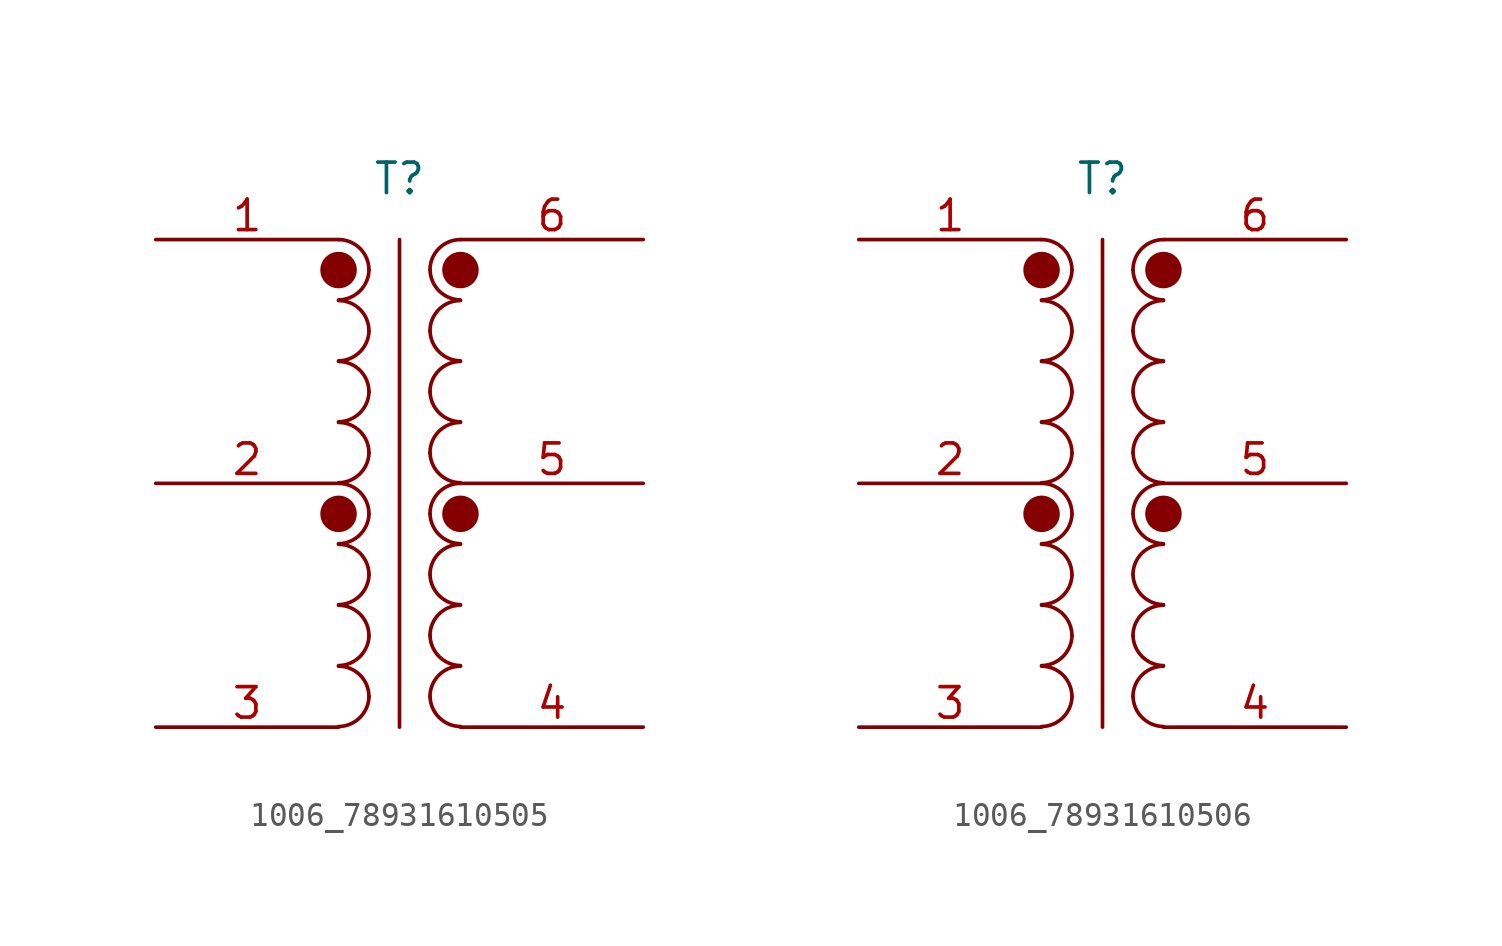
<source format=kicad_sym>
(kicad_symbol_lib
  (version 20220914)
  (generator kicad_symbol_editor)
  (symbol "1006_78931610505"
    (pin_names hide)
    (property "Reference" "T"
      (at 0 12.7 0)
      (effects (font (size 1.27 1.27))))
    (property "Critical Parameter" ""
      (at 0 -5.08 0)
      (effects (font (size 1.27 1.27)) (justify left)))
    (symbol "1006_78931610505_0_1"
      (arc (start -2.54 -10.1346) (mid -1.6561 -9.7663) (end -1.27 -8.89) (stroke (width 0) (type default)) (fill (type none)))
      (arc (start -2.54 -7.5946) (mid -1.6561 -7.2263) (end -1.27 -6.35) (stroke (width 0) (type default)) (fill (type none)))
      (arc (start -2.54 -5.0546) (mid -1.6561 -4.6863) (end -1.27 -3.81) (stroke (width 0) (type default)) (fill (type none)))
      (arc (start -2.54 -2.5146) (mid -1.6561 -2.1463) (end -1.27 -1.27) (stroke (width 0) (type default)) (fill (type none)))
      (arc (start -2.54 0.0254) (mid -1.6561 0.3937) (end -1.27 1.27) (stroke (width 0) (type default)) (fill (type none)))
      (arc (start -2.54 2.5654) (mid -1.6561 2.9337) (end -1.27 3.81) (stroke (width 0) (type default)) (fill (type none)))
      (arc (start -2.54 5.1054) (mid -1.6561 5.4737) (end -1.27 6.35) (stroke (width 0) (type default)) (fill (type none)))
      (arc (start -2.54 7.6454) (mid -1.6561 8.0137) (end -1.27 8.89) (stroke (width 0) (type default)) (fill (type none)))
      (arc (start -1.27 -8.89) (mid -1.642 -7.992) (end -2.54 -7.62) (stroke (width 0) (type default)) (fill (type none)))
      (arc (start -1.27 -6.35) (mid -1.642 -5.452) (end -2.54 -5.08) (stroke (width 0) (type default)) (fill (type none)))
      (arc (start -1.27 -3.81) (mid -1.642 -2.912) (end -2.54 -2.54) (stroke (width 0) (type default)) (fill (type none)))
      (arc (start -1.27 -1.27) (mid -1.642 -0.372) (end -2.54 0) (stroke (width 0) (type default)) (fill (type none)))
      (arc (start -1.27 1.27) (mid -1.642 2.168) (end -2.54 2.54) (stroke (width 0) (type default)) (fill (type none)))
      (arc (start -1.27 3.81) (mid -1.642 4.708) (end -2.54 5.08) (stroke (width 0) (type default)) (fill (type none)))
      (arc (start -1.27 6.35) (mid -1.642 7.248) (end -2.54 7.62) (stroke (width 0) (type default)) (fill (type none)))
      (arc (start -1.27 8.89) (mid -1.642 9.788) (end -2.54 10.16) (stroke (width 0) (type default)) (fill (type none)))
      (polyline (pts (xy 0 -10.16) (xy 0 10.16)) (stroke (width 0) (type default)) (fill (type none)))
      (arc (start 1.27 -8.89) (mid 1.6561 -9.7663) (end 2.54 -10.1346) (stroke (width 0) (type default)) (fill (type none)))
      (arc (start 1.27 -6.35) (mid 1.6561 -7.2263) (end 2.54 -7.5946) (stroke (width 0) (type default)) (fill (type none)))
      (arc (start 1.27 -3.81) (mid 1.6561 -4.6863) (end 2.54 -5.0546) (stroke (width 0) (type default)) (fill (type none)))
      (arc (start 1.27 -1.27) (mid 1.6561 -2.1463) (end 2.54 -2.5146) (stroke (width 0) (type default)) (fill (type none)))
      (arc (start 1.27 1.27) (mid 1.6561 0.3937) (end 2.54 0.0254) (stroke (width 0) (type default)) (fill (type none)))
      (arc (start 1.27 3.81) (mid 1.6561 2.9337) (end 2.54 2.5654) (stroke (width 0) (type default)) (fill (type none)))
      (arc (start 1.27 6.35) (mid 1.6561 5.4737) (end 2.54 5.1054) (stroke (width 0) (type default)) (fill (type none)))
      (arc (start 1.27 8.89) (mid 1.6561 8.0137) (end 2.54 7.6454) (stroke (width 0) (type default)) (fill (type none)))
      (arc (start 2.54 -7.62) (mid 1.642 -7.992) (end 1.27 -8.89) (stroke (width 0) (type default)) (fill (type none)))
      (arc (start 2.54 -5.08) (mid 1.642 -5.452) (end 1.27 -6.35) (stroke (width 0) (type default)) (fill (type none)))
      (arc (start 2.54 -2.54) (mid 1.642 -2.912) (end 1.27 -3.81) (stroke (width 0) (type default)) (fill (type none)))
      (arc (start 2.54 0) (mid 1.642 -0.372) (end 1.27 -1.27) (stroke (width 0) (type default)) (fill (type none)))
      (arc (start 2.54 2.54) (mid 1.642 2.168) (end 1.27 1.27) (stroke (width 0) (type default)) (fill (type none)))
      (arc (start 2.54 5.08) (mid 1.642 4.708) (end 1.27 3.81) (stroke (width 0) (type default)) (fill (type none)))
      (arc (start 2.54 7.62) (mid 1.642 7.248) (end 1.27 6.35) (stroke (width 0) (type default)) (fill (type none)))
      (arc (start 2.54 10.16) (mid 1.642 9.788) (end 1.27 8.89) (stroke (width 0) (type default)) (fill (type none))))
    (symbol "1006_78931610505_1_1"
      (circle (center -2.54 -1.27) (radius 0.0001) (stroke (width 0.762) (type default)) (fill (type none)))
      (circle (center -2.54 8.89) (radius 0.0001) (stroke (width 0.762) (type default)) (fill (type none)))
      (circle (center 2.54 -1.27) (radius 0.0001) (stroke (width 0.762) (type default)) (fill (type none)))
      (circle (center 2.54 8.89) (radius 0.0001) (stroke (width 0.762) (type default)) (fill (type none)))
      (pin passive line (at -10.16 10.16 0) (length 7.62) (name "1" (effects (font (size 1.27 1.27)))) (number "1" (effects (font (size 1.27 1.27)))))
      (pin passive line (at -10.16 0 0) (length 7.62) (name "2" (effects (font (size 1.27 1.27)))) (number "2" (effects (font (size 1.27 1.27)))))
      (pin passive line (at -10.16 -10.16 0) (length 7.62) (name "3" (effects (font (size 1.27 1.27)))) (number "3" (effects (font (size 1.27 1.27)))))
      (pin passive line (at 10.16 -10.16 180) (length 7.62) (name "4" (effects (font (size 1.27 1.27)))) (number "4" (effects (font (size 1.27 1.27)))))
      (pin passive line (at 10.16 0 180) (length 7.62) (name "5" (effects (font (size 1.27 1.27)))) (number "5" (effects (font (size 1.27 1.27)))))
      (pin passive line (at 10.16 10.16 180) (length 7.62) (name "6" (effects (font (size 1.27 1.27)))) (number "6" (effects (font (size 1.27 1.27)))))))
  (symbol "1006_78931610506"
    (pin_names hide)
    (property "Reference" "T"
      (at 0 12.7 0)
      (effects (font (size 1.27 1.27))))
    (property "Critical Parameter" ""
      (at 0 -5.08 0)
      (effects (font (size 1.27 1.27)) (justify left)))
    (symbol "1006_78931610506_0_1"
      (arc (start -2.54 -10.1346) (mid -1.6561 -9.7663) (end -1.27 -8.89) (stroke (width 0) (type default)) (fill (type none)))
      (arc (start -2.54 -7.5946) (mid -1.6561 -7.2263) (end -1.27 -6.35) (stroke (width 0) (type default)) (fill (type none)))
      (arc (start -2.54 -5.0546) (mid -1.6561 -4.6863) (end -1.27 -3.81) (stroke (width 0) (type default)) (fill (type none)))
      (arc (start -2.54 -2.5146) (mid -1.6561 -2.1463) (end -1.27 -1.27) (stroke (width 0) (type default)) (fill (type none)))
      (arc (start -2.54 0.0254) (mid -1.6561 0.3937) (end -1.27 1.27) (stroke (width 0) (type default)) (fill (type none)))
      (arc (start -2.54 2.5654) (mid -1.6561 2.9337) (end -1.27 3.81) (stroke (width 0) (type default)) (fill (type none)))
      (arc (start -2.54 5.1054) (mid -1.6561 5.4737) (end -1.27 6.35) (stroke (width 0) (type default)) (fill (type none)))
      (arc (start -2.54 7.6454) (mid -1.6561 8.0137) (end -1.27 8.89) (stroke (width 0) (type default)) (fill (type none)))
      (arc (start -1.27 -8.89) (mid -1.642 -7.992) (end -2.54 -7.62) (stroke (width 0) (type default)) (fill (type none)))
      (arc (start -1.27 -6.35) (mid -1.642 -5.452) (end -2.54 -5.08) (stroke (width 0) (type default)) (fill (type none)))
      (arc (start -1.27 -3.81) (mid -1.642 -2.912) (end -2.54 -2.54) (stroke (width 0) (type default)) (fill (type none)))
      (arc (start -1.27 -1.27) (mid -1.642 -0.372) (end -2.54 0) (stroke (width 0) (type default)) (fill (type none)))
      (arc (start -1.27 1.27) (mid -1.642 2.168) (end -2.54 2.54) (stroke (width 0) (type default)) (fill (type none)))
      (arc (start -1.27 3.81) (mid -1.642 4.708) (end -2.54 5.08) (stroke (width 0) (type default)) (fill (type none)))
      (arc (start -1.27 6.35) (mid -1.642 7.248) (end -2.54 7.62) (stroke (width 0) (type default)) (fill (type none)))
      (arc (start -1.27 8.89) (mid -1.642 9.788) (end -2.54 10.16) (stroke (width 0) (type default)) (fill (type none)))
      (polyline (pts (xy 0 -10.16) (xy 0 10.16)) (stroke (width 0) (type default)) (fill (type none)))
      (arc (start 1.27 -8.89) (mid 1.6561 -9.7663) (end 2.54 -10.1346) (stroke (width 0) (type default)) (fill (type none)))
      (arc (start 1.27 -6.35) (mid 1.6561 -7.2263) (end 2.54 -7.5946) (stroke (width 0) (type default)) (fill (type none)))
      (arc (start 1.27 -3.81) (mid 1.6561 -4.6863) (end 2.54 -5.0546) (stroke (width 0) (type default)) (fill (type none)))
      (arc (start 1.27 -1.27) (mid 1.6561 -2.1463) (end 2.54 -2.5146) (stroke (width 0) (type default)) (fill (type none)))
      (arc (start 1.27 1.27) (mid 1.6561 0.3937) (end 2.54 0.0254) (stroke (width 0) (type default)) (fill (type none)))
      (arc (start 1.27 3.81) (mid 1.6561 2.9337) (end 2.54 2.5654) (stroke (width 0) (type default)) (fill (type none)))
      (arc (start 1.27 6.35) (mid 1.6561 5.4737) (end 2.54 5.1054) (stroke (width 0) (type default)) (fill (type none)))
      (arc (start 1.27 8.89) (mid 1.6561 8.0137) (end 2.54 7.6454) (stroke (width 0) (type default)) (fill (type none)))
      (arc (start 2.54 -7.62) (mid 1.642 -7.992) (end 1.27 -8.89) (stroke (width 0) (type default)) (fill (type none)))
      (arc (start 2.54 -5.08) (mid 1.642 -5.452) (end 1.27 -6.35) (stroke (width 0) (type default)) (fill (type none)))
      (arc (start 2.54 -2.54) (mid 1.642 -2.912) (end 1.27 -3.81) (stroke (width 0) (type default)) (fill (type none)))
      (arc (start 2.54 0) (mid 1.642 -0.372) (end 1.27 -1.27) (stroke (width 0) (type default)) (fill (type none)))
      (arc (start 2.54 2.54) (mid 1.642 2.168) (end 1.27 1.27) (stroke (width 0) (type default)) (fill (type none)))
      (arc (start 2.54 5.08) (mid 1.642 4.708) (end 1.27 3.81) (stroke (width 0) (type default)) (fill (type none)))
      (arc (start 2.54 7.62) (mid 1.642 7.248) (end 1.27 6.35) (stroke (width 0) (type default)) (fill (type none)))
      (arc (start 2.54 10.16) (mid 1.642 9.788) (end 1.27 8.89) (stroke (width 0) (type default)) (fill (type none))))
    (symbol "1006_78931610506_1_1"
      (circle (center -2.54 -1.27) (radius 0.0001) (stroke (width 0.762) (type default)) (fill (type none)))
      (circle (center -2.54 8.89) (radius 0.0001) (stroke (width 0.762) (type default)) (fill (type none)))
      (circle (center 2.54 -1.27) (radius 0.0001) (stroke (width 0.762) (type default)) (fill (type none)))
      (circle (center 2.54 8.89) (radius 0.0001) (stroke (width 0.762) (type default)) (fill (type none)))
      (pin passive line (at -10.16 10.16 0) (length 7.62) (name "1" (effects (font (size 1.27 1.27)))) (number "1" (effects (font (size 1.27 1.27)))))
      (pin passive line (at -10.16 0 0) (length 7.62) (name "2" (effects (font (size 1.27 1.27)))) (number "2" (effects (font (size 1.27 1.27)))))
      (pin passive line (at -10.16 -10.16 0) (length 7.62) (name "3" (effects (font (size 1.27 1.27)))) (number "3" (effects (font (size 1.27 1.27)))))
      (pin passive line (at 10.16 -10.16 180) (length 7.62) (name "4" (effects (font (size 1.27 1.27)))) (number "4" (effects (font (size 1.27 1.27)))))
      (pin passive line (at 10.16 0 180) (length 7.62) (name "5" (effects (font (size 1.27 1.27)))) (number "5" (effects (font (size 1.27 1.27)))))
      (pin passive line (at 10.16 10.16 180) (length 7.62) (name "6" (effects (font (size 1.27 1.27)))) (number "6" (effects (font (size 1.27 1.27))))))))
</source>
